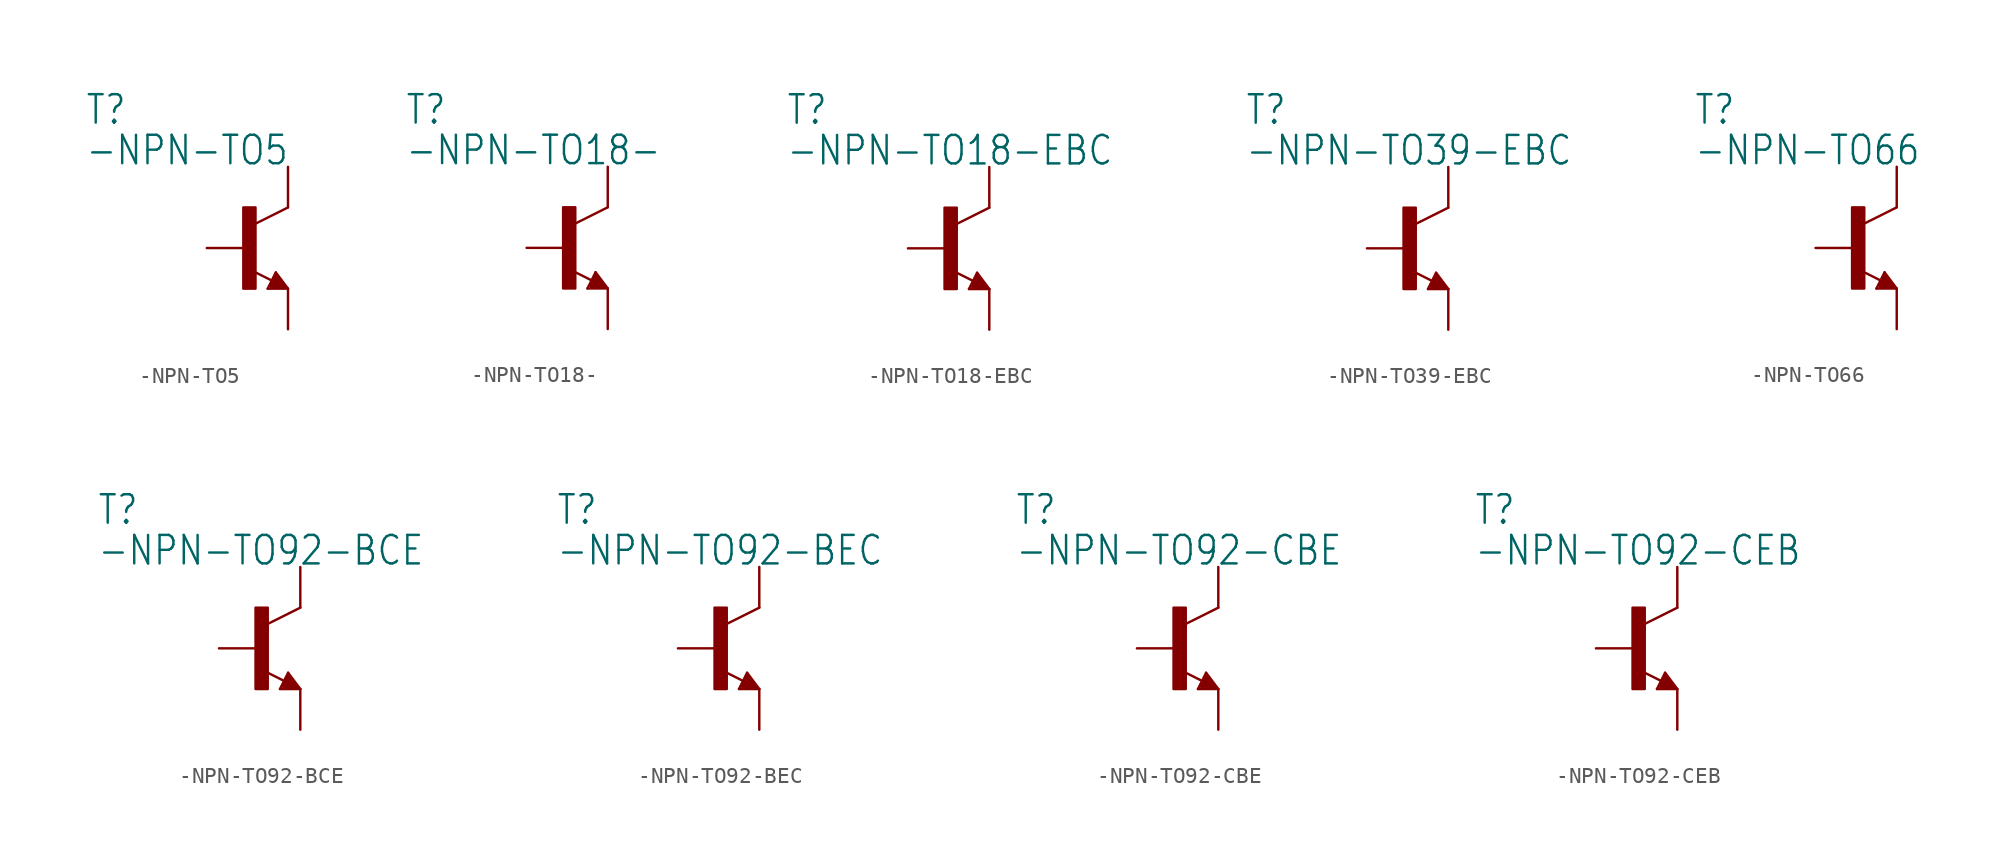
<source format=kicad_sym>
(kicad_symbol_lib
  (version 20210619)
  (generator kicad_symbol_editor)
  (symbol "-NPN-TO5"
    (property "Reference" "T"
      (at -10.16 7.62 0)
      (effects (font (size 1.778 1.511)) (justify left bottom)))
    (property "Value" "-NPN-TO5"
      (at -10.16 5.08 0)
      (effects (font (size 1.778 1.511)) (justify left bottom)))
    (property "ki_locked" ""
      (at 0 0 0)
      (effects (font (size 1.27 1.27))))
    (symbol "-NPN-TO5_1_0"
      (rectangle (start -0.254 -2.54) (end 0.508 2.54) (stroke (width 0)) (fill (type outline)))
      (polyline (pts (xy 1.27 -2.54) (xy 1.778 -1.524)) (stroke (width 0.152)) (fill (type none)))
      (polyline (pts (xy 1.524 -2.413) (xy 2.286 -2.413)) (stroke (width 0.254)) (fill (type none)))
      (polyline (pts (xy 1.524 -2.286) (xy 1.905 -2.286)) (stroke (width 0.254)) (fill (type none)))
      (polyline (pts (xy 1.54 -2.04) (xy 0.308 -1.424)) (stroke (width 0.152)) (fill (type none)))
      (polyline (pts (xy 1.778 -1.778) (xy 1.524 -2.286)) (stroke (width 0.254)) (fill (type none)))
      (polyline (pts (xy 1.778 -1.524) (xy 2.54 -2.54)) (stroke (width 0.152)) (fill (type none)))
      (polyline (pts (xy 1.905 -2.286) (xy 1.778 -2.032)) (stroke (width 0.254)) (fill (type none)))
      (polyline (pts (xy 2.286 -2.413) (xy 1.778 -1.778)) (stroke (width 0.254)) (fill (type none)))
      (polyline (pts (xy 2.54 -2.54) (xy 1.27 -2.54)) (stroke (width 0.152)) (fill (type none)))
      (polyline (pts (xy 2.54 2.54) (xy 0.508 1.524)) (stroke (width 0.152)) (fill (type none)))
      (pin passive line (at 2.54 -5.08 90) (length 2.54) (name "E" (effects (font (size 0 0)))) (number "1" (effects (font (size 0 0)))))
      (pin passive line (at -2.54 0 0) (length 2.54) (name "B" (effects (font (size 0 0)))) (number "2" (effects (font (size 0 0)))))
      (pin passive line (at 2.54 5.08 270) (length 2.54) (name "C" (effects (font (size 0 0)))) (number "3" (effects (font (size 0 0)))))))
  (symbol "-NPN-TO18-"
    (property "Reference" "T"
      (at -10.16 7.62 0)
      (effects (font (size 1.778 1.511)) (justify left bottom)))
    (property "Value" "-NPN-TO18-"
      (at -10.16 5.08 0)
      (effects (font (size 1.778 1.511)) (justify left bottom)))
    (property "ki_locked" ""
      (at 0 0 0)
      (effects (font (size 1.27 1.27))))
    (symbol "-NPN-TO18-_1_0"
      (rectangle (start -0.254 -2.54) (end 0.508 2.54) (stroke (width 0)) (fill (type outline)))
      (polyline (pts (xy 1.27 -2.54) (xy 1.778 -1.524)) (stroke (width 0.152)) (fill (type none)))
      (polyline (pts (xy 1.524 -2.413) (xy 2.286 -2.413)) (stroke (width 0.254)) (fill (type none)))
      (polyline (pts (xy 1.524 -2.286) (xy 1.905 -2.286)) (stroke (width 0.254)) (fill (type none)))
      (polyline (pts (xy 1.54 -2.04) (xy 0.308 -1.424)) (stroke (width 0.152)) (fill (type none)))
      (polyline (pts (xy 1.778 -1.778) (xy 1.524 -2.286)) (stroke (width 0.254)) (fill (type none)))
      (polyline (pts (xy 1.778 -1.524) (xy 2.54 -2.54)) (stroke (width 0.152)) (fill (type none)))
      (polyline (pts (xy 1.905 -2.286) (xy 1.778 -2.032)) (stroke (width 0.254)) (fill (type none)))
      (polyline (pts (xy 2.286 -2.413) (xy 1.778 -1.778)) (stroke (width 0.254)) (fill (type none)))
      (polyline (pts (xy 2.54 -2.54) (xy 1.27 -2.54)) (stroke (width 0.152)) (fill (type none)))
      (polyline (pts (xy 2.54 2.54) (xy 0.508 1.524)) (stroke (width 0.152)) (fill (type none)))
      (pin passive line (at 2.54 -5.08 90) (length 2.54) (name "E" (effects (font (size 0 0)))) (number "1" (effects (font (size 0 0)))))
      (pin passive line (at -2.54 0 0) (length 2.54) (name "B" (effects (font (size 0 0)))) (number "2" (effects (font (size 0 0)))))
      (pin passive line (at 2.54 5.08 270) (length 2.54) (name "C" (effects (font (size 0 0)))) (number "3" (effects (font (size 0 0)))))))
  (symbol "-NPN-TO18-EBC"
    (property "Reference" "T"
      (at -10.16 7.62 0)
      (effects (font (size 1.778 1.511)) (justify left bottom)))
    (property "Value" "-NPN-TO18-EBC"
      (at -10.16 5.08 0)
      (effects (font (size 1.778 1.511)) (justify left bottom)))
    (property "ki_locked" ""
      (at 0 0 0)
      (effects (font (size 1.27 1.27))))
    (symbol "-NPN-TO18-EBC_1_0"
      (rectangle (start -0.254 -2.54) (end 0.508 2.54) (stroke (width 0)) (fill (type outline)))
      (polyline (pts (xy 1.27 -2.54) (xy 1.778 -1.524)) (stroke (width 0.152)) (fill (type none)))
      (polyline (pts (xy 1.524 -2.413) (xy 2.286 -2.413)) (stroke (width 0.254)) (fill (type none)))
      (polyline (pts (xy 1.524 -2.286) (xy 1.905 -2.286)) (stroke (width 0.254)) (fill (type none)))
      (polyline (pts (xy 1.54 -2.04) (xy 0.308 -1.424)) (stroke (width 0.152)) (fill (type none)))
      (polyline (pts (xy 1.778 -1.778) (xy 1.524 -2.286)) (stroke (width 0.254)) (fill (type none)))
      (polyline (pts (xy 1.778 -1.524) (xy 2.54 -2.54)) (stroke (width 0.152)) (fill (type none)))
      (polyline (pts (xy 1.905 -2.286) (xy 1.778 -2.032)) (stroke (width 0.254)) (fill (type none)))
      (polyline (pts (xy 2.286 -2.413) (xy 1.778 -1.778)) (stroke (width 0.254)) (fill (type none)))
      (polyline (pts (xy 2.54 -2.54) (xy 1.27 -2.54)) (stroke (width 0.152)) (fill (type none)))
      (polyline (pts (xy 2.54 2.54) (xy 0.508 1.524)) (stroke (width 0.152)) (fill (type none)))
      (pin passive line (at 2.54 -5.08 90) (length 2.54) (name "E" (effects (font (size 0 0)))) (number "1" (effects (font (size 0 0)))))
      (pin passive line (at -2.54 0 0) (length 2.54) (name "B" (effects (font (size 0 0)))) (number "2" (effects (font (size 0 0)))))
      (pin passive line (at 2.54 5.08 270) (length 2.54) (name "C" (effects (font (size 0 0)))) (number "3" (effects (font (size 0 0)))))))
  (symbol "-NPN-TO39-EBC"
    (property "Reference" "T"
      (at -10.16 7.62 0)
      (effects (font (size 1.778 1.511)) (justify left bottom)))
    (property "Value" "-NPN-TO39-EBC"
      (at -10.16 5.08 0)
      (effects (font (size 1.778 1.511)) (justify left bottom)))
    (property "ki_locked" ""
      (at 0 0 0)
      (effects (font (size 1.27 1.27))))
    (symbol "-NPN-TO39-EBC_1_0"
      (rectangle (start -0.254 -2.54) (end 0.508 2.54) (stroke (width 0)) (fill (type outline)))
      (polyline (pts (xy 1.27 -2.54) (xy 1.778 -1.524)) (stroke (width 0.152)) (fill (type none)))
      (polyline (pts (xy 1.524 -2.413) (xy 2.286 -2.413)) (stroke (width 0.254)) (fill (type none)))
      (polyline (pts (xy 1.524 -2.286) (xy 1.905 -2.286)) (stroke (width 0.254)) (fill (type none)))
      (polyline (pts (xy 1.54 -2.04) (xy 0.308 -1.424)) (stroke (width 0.152)) (fill (type none)))
      (polyline (pts (xy 1.778 -1.778) (xy 1.524 -2.286)) (stroke (width 0.254)) (fill (type none)))
      (polyline (pts (xy 1.778 -1.524) (xy 2.54 -2.54)) (stroke (width 0.152)) (fill (type none)))
      (polyline (pts (xy 1.905 -2.286) (xy 1.778 -2.032)) (stroke (width 0.254)) (fill (type none)))
      (polyline (pts (xy 2.286 -2.413) (xy 1.778 -1.778)) (stroke (width 0.254)) (fill (type none)))
      (polyline (pts (xy 2.54 -2.54) (xy 1.27 -2.54)) (stroke (width 0.152)) (fill (type none)))
      (polyline (pts (xy 2.54 2.54) (xy 0.508 1.524)) (stroke (width 0.152)) (fill (type none)))
      (pin passive line (at 2.54 -5.08 90) (length 2.54) (name "E" (effects (font (size 0 0)))) (number "1" (effects (font (size 0 0)))))
      (pin passive line (at -2.54 0 0) (length 2.54) (name "B" (effects (font (size 0 0)))) (number "2" (effects (font (size 0 0)))))
      (pin passive line (at 2.54 5.08 270) (length 2.54) (name "C" (effects (font (size 0 0)))) (number "3" (effects (font (size 0 0)))))))
  (symbol "-NPN-TO66"
    (property "Reference" "T"
      (at -10.16 7.62 0)
      (effects (font (size 1.778 1.511)) (justify left bottom)))
    (property "Value" "-NPN-TO66"
      (at -10.16 5.08 0)
      (effects (font (size 1.778 1.511)) (justify left bottom)))
    (property "ki_locked" ""
      (at 0 0 0)
      (effects (font (size 1.27 1.27))))
    (symbol "-NPN-TO66_1_0"
      (rectangle (start -0.254 -2.54) (end 0.508 2.54) (stroke (width 0)) (fill (type outline)))
      (polyline (pts (xy 1.27 -2.54) (xy 1.778 -1.524)) (stroke (width 0.152)) (fill (type none)))
      (polyline (pts (xy 1.524 -2.413) (xy 2.286 -2.413)) (stroke (width 0.254)) (fill (type none)))
      (polyline (pts (xy 1.524 -2.286) (xy 1.905 -2.286)) (stroke (width 0.254)) (fill (type none)))
      (polyline (pts (xy 1.54 -2.04) (xy 0.308 -1.424)) (stroke (width 0.152)) (fill (type none)))
      (polyline (pts (xy 1.778 -1.778) (xy 1.524 -2.286)) (stroke (width 0.254)) (fill (type none)))
      (polyline (pts (xy 1.778 -1.524) (xy 2.54 -2.54)) (stroke (width 0.152)) (fill (type none)))
      (polyline (pts (xy 1.905 -2.286) (xy 1.778 -2.032)) (stroke (width 0.254)) (fill (type none)))
      (polyline (pts (xy 2.286 -2.413) (xy 1.778 -1.778)) (stroke (width 0.254)) (fill (type none)))
      (polyline (pts (xy 2.54 -2.54) (xy 1.27 -2.54)) (stroke (width 0.152)) (fill (type none)))
      (polyline (pts (xy 2.54 2.54) (xy 0.508 1.524)) (stroke (width 0.152)) (fill (type none)))
      (pin passive line (at 2.54 -5.08 90) (length 2.54) (name "E" (effects (font (size 0 0)))) (number "1" (effects (font (size 0 0)))))
      (pin passive line (at -2.54 0 0) (length 2.54) (name "B" (effects (font (size 0 0)))) (number "2" (effects (font (size 0 0)))))
      (pin passive line (at 2.54 5.08 270) (length 2.54) (name "C" (effects (font (size 0 0)))) (number "3" (effects (font (size 0 0)))))))
  (symbol "-NPN-TO92-BCE"
    (property "Reference" "T"
      (at -10.16 7.62 0)
      (effects (font (size 1.778 1.511)) (justify left bottom)))
    (property "Value" "-NPN-TO92-BCE"
      (at -10.16 5.08 0)
      (effects (font (size 1.778 1.511)) (justify left bottom)))
    (property "ki_locked" ""
      (at 0 0 0)
      (effects (font (size 1.27 1.27))))
    (symbol "-NPN-TO92-BCE_1_0"
      (rectangle (start -0.254 -2.54) (end 0.508 2.54) (stroke (width 0)) (fill (type outline)))
      (polyline (pts (xy 1.27 -2.54) (xy 1.778 -1.524)) (stroke (width 0.152)) (fill (type none)))
      (polyline (pts (xy 1.524 -2.413) (xy 2.286 -2.413)) (stroke (width 0.254)) (fill (type none)))
      (polyline (pts (xy 1.524 -2.286) (xy 1.905 -2.286)) (stroke (width 0.254)) (fill (type none)))
      (polyline (pts (xy 1.54 -2.04) (xy 0.308 -1.424)) (stroke (width 0.152)) (fill (type none)))
      (polyline (pts (xy 1.778 -1.778) (xy 1.524 -2.286)) (stroke (width 0.254)) (fill (type none)))
      (polyline (pts (xy 1.778 -1.524) (xy 2.54 -2.54)) (stroke (width 0.152)) (fill (type none)))
      (polyline (pts (xy 1.905 -2.286) (xy 1.778 -2.032)) (stroke (width 0.254)) (fill (type none)))
      (polyline (pts (xy 2.286 -2.413) (xy 1.778 -1.778)) (stroke (width 0.254)) (fill (type none)))
      (polyline (pts (xy 2.54 -2.54) (xy 1.27 -2.54)) (stroke (width 0.152)) (fill (type none)))
      (polyline (pts (xy 2.54 2.54) (xy 0.508 1.524)) (stroke (width 0.152)) (fill (type none)))
      (pin passive line (at -2.54 0 0) (length 2.54) (name "B" (effects (font (size 0 0)))) (number "B" (effects (font (size 0 0)))))
      (pin passive line (at 2.54 5.08 270) (length 2.54) (name "C" (effects (font (size 0 0)))) (number "C" (effects (font (size 0 0)))))
      (pin passive line (at 2.54 -5.08 90) (length 2.54) (name "E" (effects (font (size 0 0)))) (number "E" (effects (font (size 0 0)))))))
  (symbol "-NPN-TO92-BEC"
    (property "Reference" "T"
      (at -10.16 7.62 0)
      (effects (font (size 1.778 1.511)) (justify left bottom)))
    (property "Value" "-NPN-TO92-BEC"
      (at -10.16 5.08 0)
      (effects (font (size 1.778 1.511)) (justify left bottom)))
    (property "ki_locked" ""
      (at 0 0 0)
      (effects (font (size 1.27 1.27))))
    (symbol "-NPN-TO92-BEC_1_0"
      (rectangle (start -0.254 -2.54) (end 0.508 2.54) (stroke (width 0)) (fill (type outline)))
      (polyline (pts (xy 1.27 -2.54) (xy 1.778 -1.524)) (stroke (width 0.152)) (fill (type none)))
      (polyline (pts (xy 1.524 -2.413) (xy 2.286 -2.413)) (stroke (width 0.254)) (fill (type none)))
      (polyline (pts (xy 1.524 -2.286) (xy 1.905 -2.286)) (stroke (width 0.254)) (fill (type none)))
      (polyline (pts (xy 1.54 -2.04) (xy 0.308 -1.424)) (stroke (width 0.152)) (fill (type none)))
      (polyline (pts (xy 1.778 -1.778) (xy 1.524 -2.286)) (stroke (width 0.254)) (fill (type none)))
      (polyline (pts (xy 1.778 -1.524) (xy 2.54 -2.54)) (stroke (width 0.152)) (fill (type none)))
      (polyline (pts (xy 1.905 -2.286) (xy 1.778 -2.032)) (stroke (width 0.254)) (fill (type none)))
      (polyline (pts (xy 2.286 -2.413) (xy 1.778 -1.778)) (stroke (width 0.254)) (fill (type none)))
      (polyline (pts (xy 2.54 -2.54) (xy 1.27 -2.54)) (stroke (width 0.152)) (fill (type none)))
      (polyline (pts (xy 2.54 2.54) (xy 0.508 1.524)) (stroke (width 0.152)) (fill (type none)))
      (pin passive line (at -2.54 0 0) (length 2.54) (name "B" (effects (font (size 0 0)))) (number "B" (effects (font (size 0 0)))))
      (pin passive line (at 2.54 5.08 270) (length 2.54) (name "C" (effects (font (size 0 0)))) (number "C" (effects (font (size 0 0)))))
      (pin passive line (at 2.54 -5.08 90) (length 2.54) (name "E" (effects (font (size 0 0)))) (number "E" (effects (font (size 0 0)))))))
  (symbol "-NPN-TO92-CBE"
    (property "Reference" "T"
      (at -10.16 7.62 0)
      (effects (font (size 1.778 1.511)) (justify left bottom)))
    (property "Value" "-NPN-TO92-CBE"
      (at -10.16 5.08 0)
      (effects (font (size 1.778 1.511)) (justify left bottom)))
    (property "ki_locked" ""
      (at 0 0 0)
      (effects (font (size 1.27 1.27))))
    (symbol "-NPN-TO92-CBE_1_0"
      (rectangle (start -0.254 -2.54) (end 0.508 2.54) (stroke (width 0)) (fill (type outline)))
      (polyline (pts (xy 1.27 -2.54) (xy 1.778 -1.524)) (stroke (width 0.152)) (fill (type none)))
      (polyline (pts (xy 1.524 -2.413) (xy 2.286 -2.413)) (stroke (width 0.254)) (fill (type none)))
      (polyline (pts (xy 1.524 -2.286) (xy 1.905 -2.286)) (stroke (width 0.254)) (fill (type none)))
      (polyline (pts (xy 1.54 -2.04) (xy 0.308 -1.424)) (stroke (width 0.152)) (fill (type none)))
      (polyline (pts (xy 1.778 -1.778) (xy 1.524 -2.286)) (stroke (width 0.254)) (fill (type none)))
      (polyline (pts (xy 1.778 -1.524) (xy 2.54 -2.54)) (stroke (width 0.152)) (fill (type none)))
      (polyline (pts (xy 1.905 -2.286) (xy 1.778 -2.032)) (stroke (width 0.254)) (fill (type none)))
      (polyline (pts (xy 2.286 -2.413) (xy 1.778 -1.778)) (stroke (width 0.254)) (fill (type none)))
      (polyline (pts (xy 2.54 -2.54) (xy 1.27 -2.54)) (stroke (width 0.152)) (fill (type none)))
      (polyline (pts (xy 2.54 2.54) (xy 0.508 1.524)) (stroke (width 0.152)) (fill (type none)))
      (pin passive line (at -2.54 0 0) (length 2.54) (name "B" (effects (font (size 0 0)))) (number "B" (effects (font (size 0 0)))))
      (pin passive line (at 2.54 5.08 270) (length 2.54) (name "C" (effects (font (size 0 0)))) (number "C" (effects (font (size 0 0)))))
      (pin passive line (at 2.54 -5.08 90) (length 2.54) (name "E" (effects (font (size 0 0)))) (number "E" (effects (font (size 0 0)))))))
  (symbol "-NPN-TO92-CEB"
    (property "Reference" "T"
      (at -10.16 7.62 0)
      (effects (font (size 1.778 1.511)) (justify left bottom)))
    (property "Value" "-NPN-TO92-CEB"
      (at -10.16 5.08 0)
      (effects (font (size 1.778 1.511)) (justify left bottom)))
    (property "ki_locked" ""
      (at 0 0 0)
      (effects (font (size 1.27 1.27))))
    (symbol "-NPN-TO92-CEB_1_0"
      (rectangle (start -0.254 -2.54) (end 0.508 2.54) (stroke (width 0)) (fill (type outline)))
      (polyline (pts (xy 1.27 -2.54) (xy 1.778 -1.524)) (stroke (width 0.152)) (fill (type none)))
      (polyline (pts (xy 1.524 -2.413) (xy 2.286 -2.413)) (stroke (width 0.254)) (fill (type none)))
      (polyline (pts (xy 1.524 -2.286) (xy 1.905 -2.286)) (stroke (width 0.254)) (fill (type none)))
      (polyline (pts (xy 1.54 -2.04) (xy 0.308 -1.424)) (stroke (width 0.152)) (fill (type none)))
      (polyline (pts (xy 1.778 -1.778) (xy 1.524 -2.286)) (stroke (width 0.254)) (fill (type none)))
      (polyline (pts (xy 1.778 -1.524) (xy 2.54 -2.54)) (stroke (width 0.152)) (fill (type none)))
      (polyline (pts (xy 1.905 -2.286) (xy 1.778 -2.032)) (stroke (width 0.254)) (fill (type none)))
      (polyline (pts (xy 2.286 -2.413) (xy 1.778 -1.778)) (stroke (width 0.254)) (fill (type none)))
      (polyline (pts (xy 2.54 -2.54) (xy 1.27 -2.54)) (stroke (width 0.152)) (fill (type none)))
      (polyline (pts (xy 2.54 2.54) (xy 0.508 1.524)) (stroke (width 0.152)) (fill (type none)))
      (pin passive line (at -2.54 0 0) (length 2.54) (name "B" (effects (font (size 0 0)))) (number "B" (effects (font (size 0 0)))))
      (pin passive line (at 2.54 5.08 270) (length 2.54) (name "C" (effects (font (size 0 0)))) (number "C" (effects (font (size 0 0)))))
      (pin passive line (at 2.54 -5.08 90) (length 2.54) (name "E" (effects (font (size 0 0)))) (number "E" (effects (font (size 0 0))))))))
</source>
